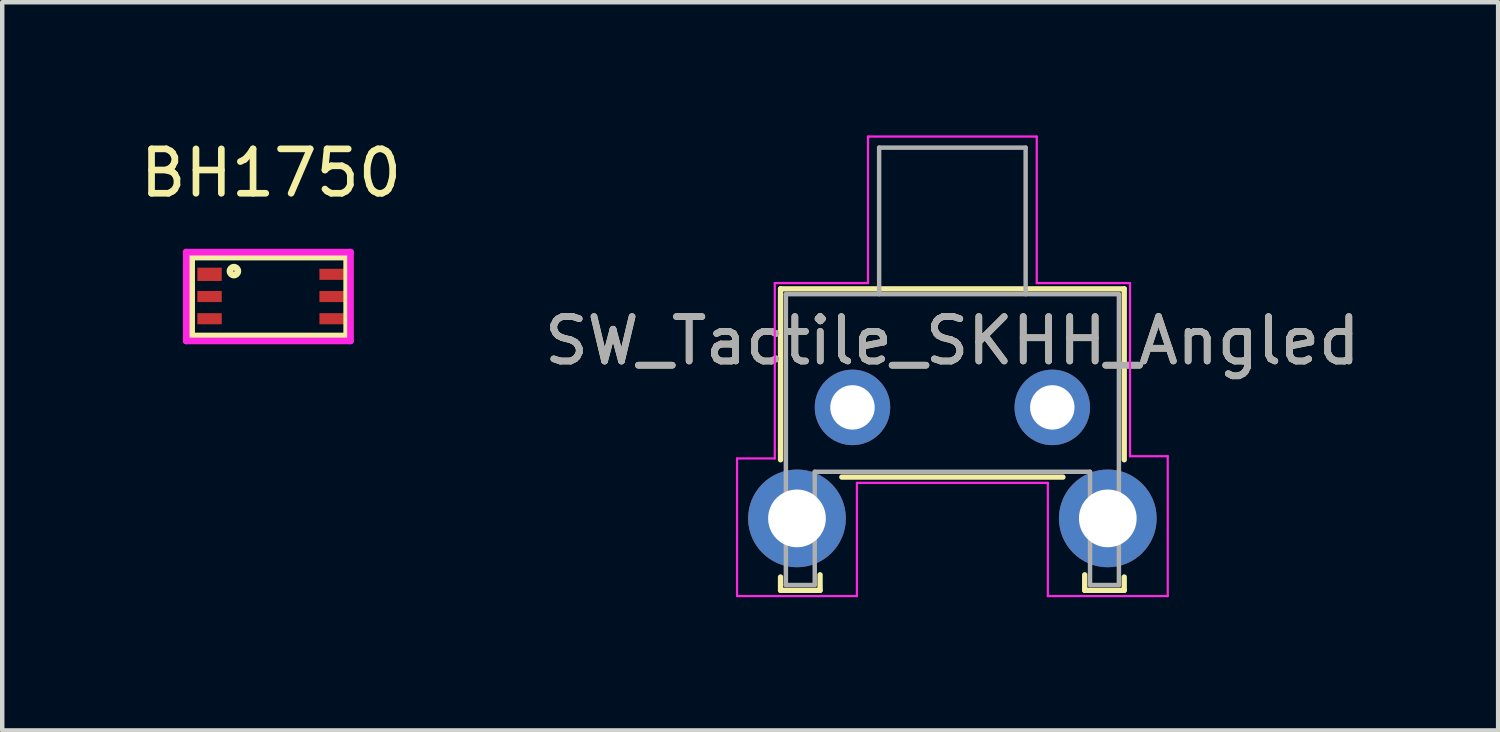
<source format=kicad_pcb>
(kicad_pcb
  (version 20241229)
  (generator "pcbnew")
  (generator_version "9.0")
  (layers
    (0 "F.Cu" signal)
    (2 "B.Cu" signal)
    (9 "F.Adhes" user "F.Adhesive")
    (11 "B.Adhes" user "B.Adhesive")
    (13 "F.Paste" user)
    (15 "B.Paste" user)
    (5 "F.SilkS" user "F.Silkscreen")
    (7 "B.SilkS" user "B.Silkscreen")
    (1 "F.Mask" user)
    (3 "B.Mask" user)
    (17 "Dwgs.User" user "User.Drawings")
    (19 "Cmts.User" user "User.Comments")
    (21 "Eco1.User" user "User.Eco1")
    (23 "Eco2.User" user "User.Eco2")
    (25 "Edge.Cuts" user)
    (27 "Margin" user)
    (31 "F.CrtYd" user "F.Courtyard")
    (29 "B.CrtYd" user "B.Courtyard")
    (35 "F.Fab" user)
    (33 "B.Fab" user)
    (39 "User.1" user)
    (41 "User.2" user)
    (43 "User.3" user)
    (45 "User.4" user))
  (footprint "BH1750"
    (layer "F.Cu")
    (at 3.044 3.628)
    (property "Reference" "BH1750" (at 0.01 -2.78 180) (layer "F.SilkS") (effects (font (size 1 1) (thickness 0.15))))
    (attr through_hole)
    (fp_line (start -1.778 -0.889) (end -1.778 0.889) (stroke (width 0.15) (type solid)) (layer "F.SilkS"))
    (fp_line (start -1.778 0.889) (end 1.714 0.889) (stroke (width 0.15) (type solid)) (layer "F.SilkS"))
    (fp_line (start 1.714 -0.889) (end -1.778 -0.889) (stroke (width 0.15) (type solid)) (layer "F.SilkS"))
    (fp_line (start 1.714 0.889) (end 1.714 -0.889) (stroke (width 0.15) (type solid)) (layer "F.SilkS"))
    (fp_circle (center -0.826 -0.572) (end -0.889 -0.635) (stroke (width 0.15) (type solid)) (fill no) (layer "F.SilkS"))
    (fp_line (start -1.9 -1) (end 1.8 -1) (stroke (width 0.15) (type solid)) (layer "F.CrtYd"))
    (fp_line (start -1.9 1) (end -1.9 -1) (stroke (width 0.15) (type solid)) (layer "F.CrtYd"))
    (fp_line (start 1.8 -1) (end 1.8 1) (stroke (width 0.15) (type solid)) (layer "F.CrtYd"))
    (fp_line (start 1.8 1) (end -1.9 1) (stroke (width 0.15) (type solid)) (layer "F.CrtYd"))
    (pad "1" smd trapezoid (at -1.375 -0.5) (size 0.55 0.3) (layers "F.Cu" "F.Mask" "F.Paste"))
    (pad "2" smd trapezoid (at -1.375 0) (size 0.55 0.25) (layers "F.Cu" "F.Mask" "F.Paste"))
    (pad "3" smd trapezoid (at -1.375 0.5) (size 0.55 0.25) (layers "F.Cu" "F.Mask" "F.Paste"))
    (pad "4" smd trapezoid (at 1.375 0.5) (size 0.55 0.25) (layers "F.Cu" "F.Mask" "F.Paste"))
    (pad "5" smd trapezoid (at 1.375 0) (size 0.55 0.25) (layers "F.Cu" "F.Mask" "F.Paste"))
    (pad "6" smd trapezoid (at 1.375 -0.5) (size 0.55 0.25) (layers "F.Cu" "F.Mask" "F.Paste")))
  (footprint "SW_Tactile_SKHH_Angled"
    (layer "F.Cu")
    (at 16.149 6.125)
    (property "Reference" "SW_Tactile_SKHH_Angled" (at 2.25 -1.5 0) (layer "F.SilkS") (effects (font (size 1 1) (thickness 0.15))))
    (attr through_hole)
    (fp_circle (center -1.25 2.5) (end -1.885 2.5) (stroke (width 0.1) (type solid)) (fill no) (layer "F.Mask"))
    (fp_circle (center 0 0) (end -0.445 0) (stroke (width 0.1) (type solid)) (fill no) (layer "F.Mask"))
    (fp_circle (center 4.5 0) (end 4.056 0) (stroke (width 0.1) (type solid)) (fill no) (layer "F.Mask"))
    (fp_circle (center 5.75 2.5) (end 5.115 2.5) (stroke (width 0.1) (type solid)) (fill no) (layer "F.Mask"))
    (fp_circle (center -1.25 2.5) (end -2.393 2.5) (stroke (width 0.1) (type solid)) (fill no) (layer "B.Mask"))
    (fp_circle (center 0 0) (end -0.889 0) (stroke (width 0.1) (type solid)) (fill no) (layer "B.Mask"))
    (fp_circle (center 4.5 0) (end 3.611 0) (stroke (width 0.1) (type solid)) (fill no) (layer "B.Mask"))
    (fp_circle (center 5.75 2.5) (end 4.607 2.5) (stroke (width 0.1) (type solid)) (fill no) (layer "B.Mask"))
    (fp_line (start -1.62 -2.67) (end -1.62 1.18) (stroke (width 0.12) (type solid)) (layer "F.SilkS"))
    (fp_line (start -1.62 3.82) (end -1.62 4.12) (stroke (width 0.12) (type solid)) (layer "F.SilkS"))
    (fp_line (start -0.73 4.12) (end -1.62 4.12) (stroke (width 0.12) (type solid)) (layer "F.SilkS"))
    (fp_line (start -0.73 4.12) (end -0.73 3.77) (stroke (width 0.12) (type solid)) (layer "F.SilkS"))
    (fp_line (start -0.24 1.57) (end 4.74 1.57) (stroke (width 0.12) (type solid)) (layer "F.SilkS"))
    (fp_line (start 5.23 4.12) (end 5.23 3.77) (stroke (width 0.12) (type solid)) (layer "F.SilkS"))
    (fp_line (start 6.12 -2.67) (end -1.62 -2.67) (stroke (width 0.12) (type solid)) (layer "F.SilkS"))
    (fp_line (start 6.12 1.18) (end 6.12 -2.67) (stroke (width 0.12) (type solid)) (layer "F.SilkS"))
    (fp_line (start 6.12 3.82) (end 6.12 4.12) (stroke (width 0.12) (type solid)) (layer "F.SilkS"))
    (fp_line (start 6.12 4.12) (end 5.23 4.12) (stroke (width 0.12) (type solid)) (layer "F.SilkS"))
    (fp_line (start -2.6 1.15) (end -1.75 1.15) (stroke (width 0.05) (type solid)) (layer "F.CrtYd"))
    (fp_line (start -2.6 4.25) (end -2.6 1.15) (stroke (width 0.05) (type solid)) (layer "F.CrtYd"))
    (fp_line (start -1.75 1.15) (end -1.75 -2.8) (stroke (width 0.05) (type solid)) (layer "F.CrtYd"))
    (fp_line (start 0.1 1.7) (end 4.4 1.7) (stroke (width 0.05) (type solid)) (layer "F.CrtYd"))
    (fp_line (start 0.1 4.25) (end -2.6 4.25) (stroke (width 0.05) (type solid)) (layer "F.CrtYd"))
    (fp_line (start 0.1 4.25) (end 0.1 1.7) (stroke (width 0.05) (type solid)) (layer "F.CrtYd"))
    (fp_line (start 0.35 -6.1) (end 0.35 -2.8) (stroke (width 0.05) (type solid)) (layer "F.CrtYd"))
    (fp_line (start 0.35 -2.8) (end -1.75 -2.8) (stroke (width 0.05) (type solid)) (layer "F.CrtYd"))
    (fp_line (start 4.15 -6.1) (end 0.35 -6.1) (stroke (width 0.05) (type solid)) (layer "F.CrtYd"))
    (fp_line (start 4.15 -2.8) (end 4.15 -6.1) (stroke (width 0.05) (type solid)) (layer "F.CrtYd"))
    (fp_line (start 4.4 1.7) (end 4.4 4.25) (stroke (width 0.05) (type solid)) (layer "F.CrtYd"))
    (fp_line (start 4.4 4.25) (end 7.1 4.25) (stroke (width 0.05) (type solid)) (layer "F.CrtYd"))
    (fp_line (start 6.25 -2.8) (end 4.15 -2.8) (stroke (width 0.05) (type solid)) (layer "F.CrtYd"))
    (fp_line (start 6.25 1.1) (end 6.25 -2.8) (stroke (width 0.05) (type solid)) (layer "F.CrtYd"))
    (fp_line (start 7.1 1.1) (end 6.25 1.1) (stroke (width 0.05) (type solid)) (layer "F.CrtYd"))
    (fp_line (start 7.1 4.25) (end 7.1 1.1) (stroke (width 0.05) (type solid)) (layer "F.CrtYd"))
    (fp_line (start -1.5 4) (end -1.5 -2.55) (stroke (width 0.1) (type solid)) (layer "F.Fab"))
    (fp_line (start -0.85 1.45) (end -0.85 4) (stroke (width 0.1) (type solid)) (layer "F.Fab"))
    (fp_line (start -0.85 4) (end -1.5 4) (stroke (width 0.1) (type solid)) (layer "F.Fab"))
    (fp_line (start 0.6 -5.85) (end 3.9 -5.85) (stroke (width 0.1) (type solid)) (layer "F.Fab"))
    (fp_line (start 0.6 -2.55) (end 0.6 -5.85) (stroke (width 0.1) (type solid)) (layer "F.Fab"))
    (fp_line (start 3.9 -2.55) (end 3.9 -5.85) (stroke (width 0.1) (type solid)) (layer "F.Fab"))
    (fp_line (start 5.35 1.45) (end -0.85 1.45) (stroke (width 0.1) (type solid)) (layer "F.Fab"))
    (fp_line (start 5.35 1.45) (end 5.35 4) (stroke (width 0.1) (type solid)) (layer "F.Fab"))
    (fp_line (start 6 -2.55) (end -1.5 -2.55) (stroke (width 0.1) (type solid)) (layer "F.Fab"))
    (fp_line (start 6 -2.55) (end 6 4) (stroke (width 0.1) (type solid)) (layer "F.Fab"))
    (fp_line (start 6 4) (end 5.35 4) (stroke (width 0.1) (type solid)) (layer "F.Fab"))
    (fp_text user "${REFERENCE}" (at 2.25 -1.5 0) (layer "F.Fab") (effects (font (size 1 1) (thickness 0.15))))
    (pad "" thru_hole circle (at -1.25 2.5 180) (size 2.2 2.2) (drill 1.3) (layers "*.Cu" "*.Mask"))
    (pad "" thru_hole circle (at 5.75 2.5 180) (size 2.2 2.2) (drill 1.3) (layers "*.Cu" "*.Mask"))
    (pad "1" thru_hole circle (at 0 0 180) (size 1.7 1.7) (drill 1) (layers "*.Cu" "*.Mask"))
    (pad "2" thru_hole circle (at 4.5 0 180) (size 1.7 1.7) (drill 1) (layers "*.Cu" "*.Mask")))
  (gr_rect
    (start -3 -3)
    (end 30.69 13.4)
    (stroke (width 0.1) (type default))
    (fill no)
    (layer "Edge.Cuts")))
</source>
